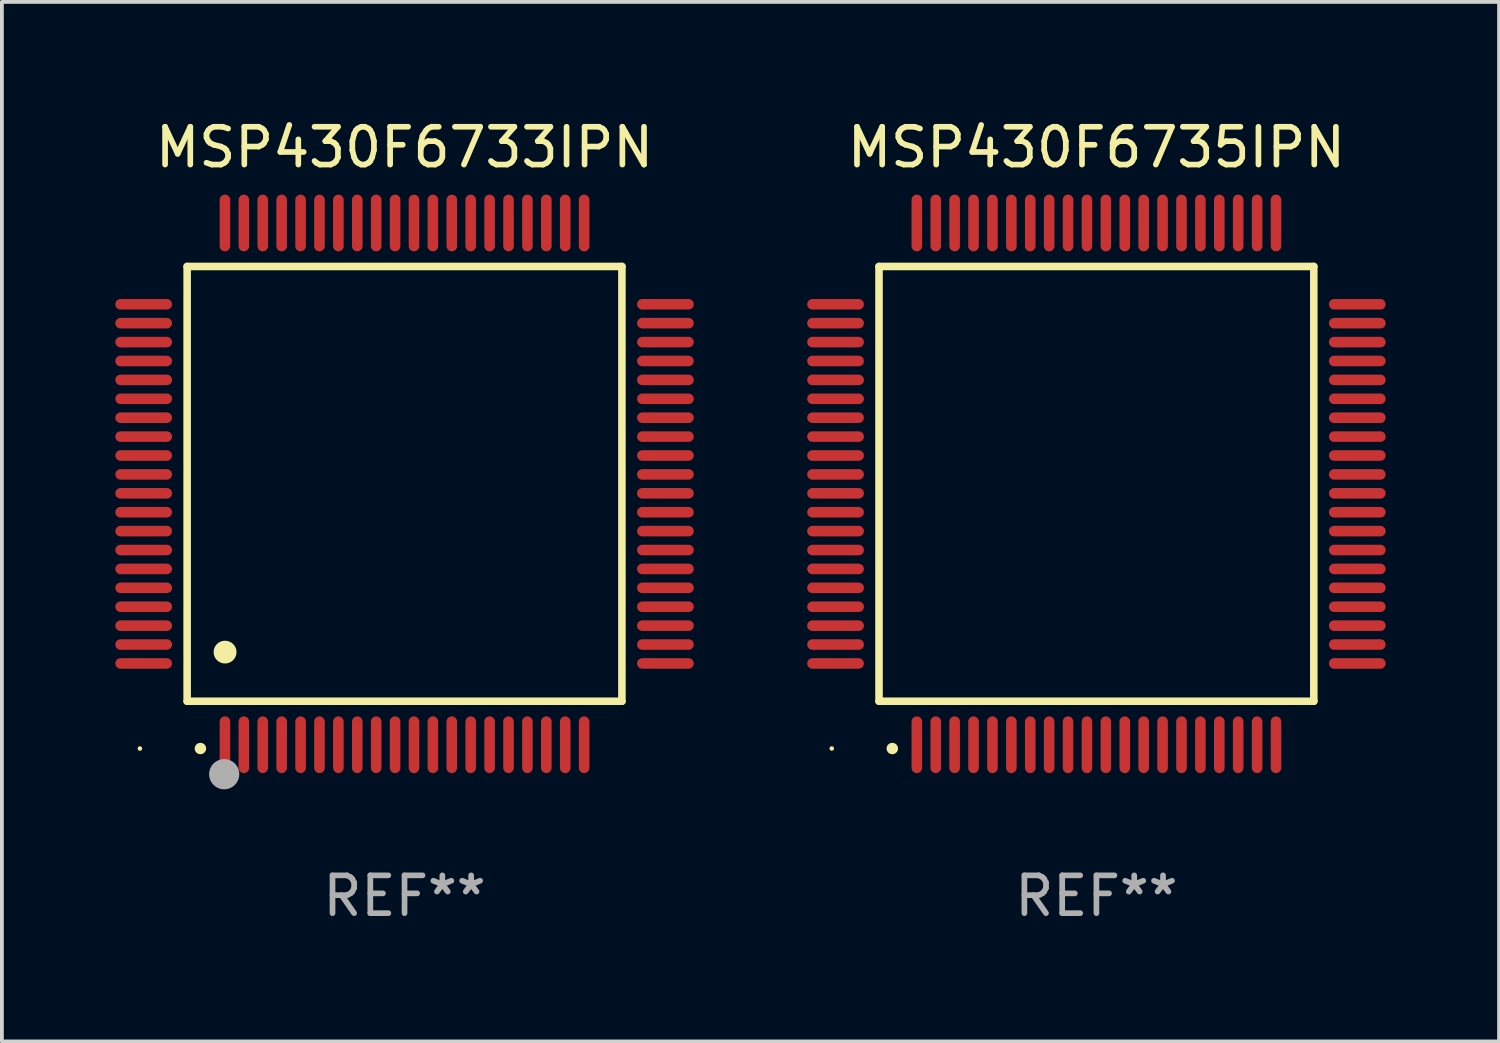
<source format=kicad_pcb>
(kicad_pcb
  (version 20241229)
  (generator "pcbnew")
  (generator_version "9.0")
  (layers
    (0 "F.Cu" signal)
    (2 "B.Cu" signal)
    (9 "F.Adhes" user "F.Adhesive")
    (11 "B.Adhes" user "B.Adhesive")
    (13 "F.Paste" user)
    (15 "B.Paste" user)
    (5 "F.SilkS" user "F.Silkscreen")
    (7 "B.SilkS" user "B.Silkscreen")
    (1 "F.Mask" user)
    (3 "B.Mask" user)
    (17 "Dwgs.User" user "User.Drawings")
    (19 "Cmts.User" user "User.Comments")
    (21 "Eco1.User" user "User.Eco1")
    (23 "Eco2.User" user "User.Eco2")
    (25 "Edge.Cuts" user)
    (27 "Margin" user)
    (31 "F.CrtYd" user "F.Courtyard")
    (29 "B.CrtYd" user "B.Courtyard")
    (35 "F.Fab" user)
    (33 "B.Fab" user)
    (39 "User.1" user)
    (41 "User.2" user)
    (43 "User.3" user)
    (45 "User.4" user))
  (footprint "MSP430F6735IPN"
    (layer "F.Cu")
    (at 25.95 9.748)
    (property "Reference" "MSP430F6735IPN" (at 0 -8.9 0) (layer "F.SilkS") (effects (font (size 1 1) (thickness 0.15))))
    (attr through_hole)
    (fp_line (start -5.75 -5.75) (end 5.75 -5.75) (stroke (width 0.2) (type solid)) (layer "F.SilkS"))
    (fp_line (start -5.75 5.75) (end -5.75 -5.75) (stroke (width 0.2) (type solid)) (layer "F.SilkS"))
    (fp_line (start 5.75 -5.75) (end 5.75 5.75) (stroke (width 0.2) (type solid)) (layer "F.SilkS"))
    (fp_line (start 5.75 5.75) (end -5.75 5.75) (stroke (width 0.2) (type solid)) (layer "F.SilkS"))
    (fp_arc (start -5.400051 7.000254) (mid -5.398781 7.000249) (end -5.397511 7.000254) (stroke (width 0.3) (type solid)) (layer "F.SilkS"))
    (fp_circle (center -7 7) (end -6.97 7) (stroke (width 0.06) (type solid)) (fill no) (layer "F.SilkS"))
    (fp_text user "REF**" (at 0 10.9 0) (layer "F.Fab") (effects (font (size 1 1) (thickness 0.15))))
    (pad "1" smd oval (at -4.75 6.9) (size 0.28 1.5) (layers "F.Cu" "F.Mask" "F.Paste"))
    (pad "2" smd oval (at -4.25 6.9) (size 0.28 1.5) (layers "F.Cu" "F.Mask" "F.Paste"))
    (pad "3" smd oval (at -3.75 6.9) (size 0.28 1.5) (layers "F.Cu" "F.Mask" "F.Paste"))
    (pad "4" smd oval (at -3.25 6.9) (size 0.28 1.5) (layers "F.Cu" "F.Mask" "F.Paste"))
    (pad "5" smd oval (at -2.75 6.9) (size 0.28 1.5) (layers "F.Cu" "F.Mask" "F.Paste"))
    (pad "6" smd oval (at -2.25 6.9) (size 0.28 1.5) (layers "F.Cu" "F.Mask" "F.Paste"))
    (pad "7" smd oval (at -1.75 6.9) (size 0.28 1.5) (layers "F.Cu" "F.Mask" "F.Paste"))
    (pad "8" smd oval (at -1.25 6.9) (size 0.28 1.5) (layers "F.Cu" "F.Mask" "F.Paste"))
    (pad "9" smd oval (at -0.75 6.9) (size 0.28 1.5) (layers "F.Cu" "F.Mask" "F.Paste"))
    (pad "10" smd oval (at -0.25 6.9) (size 0.28 1.5) (layers "F.Cu" "F.Mask" "F.Paste"))
    (pad "11" smd oval (at 0.25 6.9) (size 0.28 1.5) (layers "F.Cu" "F.Mask" "F.Paste"))
    (pad "12" smd oval (at 0.75 6.9) (size 0.28 1.5) (layers "F.Cu" "F.Mask" "F.Paste"))
    (pad "13" smd oval (at 1.25 6.9) (size 0.28 1.5) (layers "F.Cu" "F.Mask" "F.Paste"))
    (pad "14" smd oval (at 1.75 6.9) (size 0.28 1.5) (layers "F.Cu" "F.Mask" "F.Paste"))
    (pad "15" smd oval (at 2.25 6.9) (size 0.28 1.5) (layers "F.Cu" "F.Mask" "F.Paste"))
    (pad "16" smd oval (at 2.75 6.9) (size 0.28 1.5) (layers "F.Cu" "F.Mask" "F.Paste"))
    (pad "17" smd oval (at 3.25 6.9) (size 0.28 1.5) (layers "F.Cu" "F.Mask" "F.Paste"))
    (pad "18" smd oval (at 3.75 6.9) (size 0.28 1.5) (layers "F.Cu" "F.Mask" "F.Paste"))
    (pad "19" smd oval (at 4.25 6.9) (size 0.28 1.5) (layers "F.Cu" "F.Mask" "F.Paste"))
    (pad "20" smd oval (at 4.75 6.9) (size 0.28 1.5) (layers "F.Cu" "F.Mask" "F.Paste"))
    (pad "21" smd oval (at 6.9 4.75) (size 1.5 0.28) (layers "F.Cu" "F.Mask" "F.Paste"))
    (pad "22" smd oval (at 6.9 4.25) (size 1.5 0.28) (layers "F.Cu" "F.Mask" "F.Paste"))
    (pad "23" smd oval (at 6.9 3.75) (size 1.5 0.28) (layers "F.Cu" "F.Mask" "F.Paste"))
    (pad "24" smd oval (at 6.9 3.25) (size 1.5 0.28) (layers "F.Cu" "F.Mask" "F.Paste"))
    (pad "25" smd oval (at 6.9 2.75) (size 1.5 0.28) (layers "F.Cu" "F.Mask" "F.Paste"))
    (pad "26" smd oval (at 6.9 2.25) (size 1.5 0.28) (layers "F.Cu" "F.Mask" "F.Paste"))
    (pad "27" smd oval (at 6.9 1.75) (size 1.5 0.28) (layers "F.Cu" "F.Mask" "F.Paste"))
    (pad "28" smd oval (at 6.9 1.25) (size 1.5 0.28) (layers "F.Cu" "F.Mask" "F.Paste"))
    (pad "29" smd oval (at 6.9 0.75) (size 1.5 0.28) (layers "F.Cu" "F.Mask" "F.Paste"))
    (pad "30" smd oval (at 6.9 0.25) (size 1.5 0.28) (layers "F.Cu" "F.Mask" "F.Paste"))
    (pad "31" smd oval (at 6.9 -0.25) (size 1.5 0.28) (layers "F.Cu" "F.Mask" "F.Paste"))
    (pad "32" smd oval (at 6.9 -0.75) (size 1.5 0.28) (layers "F.Cu" "F.Mask" "F.Paste"))
    (pad "33" smd oval (at 6.9 -1.25) (size 1.5 0.28) (layers "F.Cu" "F.Mask" "F.Paste"))
    (pad "34" smd oval (at 6.9 -1.75) (size 1.5 0.28) (layers "F.Cu" "F.Mask" "F.Paste"))
    (pad "35" smd oval (at 6.9 -2.25) (size 1.5 0.28) (layers "F.Cu" "F.Mask" "F.Paste"))
    (pad "36" smd oval (at 6.9 -2.75) (size 1.5 0.28) (layers "F.Cu" "F.Mask" "F.Paste"))
    (pad "37" smd oval (at 6.9 -3.25) (size 1.5 0.28) (layers "F.Cu" "F.Mask" "F.Paste"))
    (pad "38" smd oval (at 6.9 -3.75) (size 1.5 0.28) (layers "F.Cu" "F.Mask" "F.Paste"))
    (pad "39" smd oval (at 6.9 -4.25) (size 1.5 0.28) (layers "F.Cu" "F.Mask" "F.Paste"))
    (pad "40" smd oval (at 6.9 -4.75) (size 1.5 0.28) (layers "F.Cu" "F.Mask" "F.Paste"))
    (pad "41" smd oval (at 4.75 -6.9) (size 0.28 1.5) (layers "F.Cu" "F.Mask" "F.Paste"))
    (pad "42" smd oval (at 4.25 -6.9) (size 0.28 1.5) (layers "F.Cu" "F.Mask" "F.Paste"))
    (pad "43" smd oval (at 3.75 -6.9) (size 0.28 1.5) (layers "F.Cu" "F.Mask" "F.Paste"))
    (pad "44" smd oval (at 3.25 -6.9) (size 0.28 1.5) (layers "F.Cu" "F.Mask" "F.Paste"))
    (pad "45" smd oval (at 2.75 -6.9) (size 0.28 1.5) (layers "F.Cu" "F.Mask" "F.Paste"))
    (pad "46" smd oval (at 2.25 -6.9) (size 0.28 1.5) (layers "F.Cu" "F.Mask" "F.Paste"))
    (pad "47" smd oval (at 1.75 -6.9) (size 0.28 1.5) (layers "F.Cu" "F.Mask" "F.Paste"))
    (pad "48" smd oval (at 1.25 -6.9) (size 0.28 1.5) (layers "F.Cu" "F.Mask" "F.Paste"))
    (pad "49" smd oval (at 0.75 -6.9) (size 0.28 1.5) (layers "F.Cu" "F.Mask" "F.Paste"))
    (pad "50" smd oval (at 0.25 -6.9) (size 0.28 1.5) (layers "F.Cu" "F.Mask" "F.Paste"))
    (pad "51" smd oval (at -0.25 -6.9) (size 0.28 1.5) (layers "F.Cu" "F.Mask" "F.Paste"))
    (pad "52" smd oval (at -0.75 -6.9) (size 0.28 1.5) (layers "F.Cu" "F.Mask" "F.Paste"))
    (pad "53" smd oval (at -1.25 -6.9) (size 0.28 1.5) (layers "F.Cu" "F.Mask" "F.Paste"))
    (pad "54" smd oval (at -1.75 -6.9) (size 0.28 1.5) (layers "F.Cu" "F.Mask" "F.Paste"))
    (pad "55" smd oval (at -2.25 -6.9) (size 0.28 1.5) (layers "F.Cu" "F.Mask" "F.Paste"))
    (pad "56" smd oval (at -2.75 -6.9) (size 0.28 1.5) (layers "F.Cu" "F.Mask" "F.Paste"))
    (pad "57" smd oval (at -3.25 -6.9) (size 0.28 1.5) (layers "F.Cu" "F.Mask" "F.Paste"))
    (pad "58" smd oval (at -3.75 -6.9) (size 0.28 1.5) (layers "F.Cu" "F.Mask" "F.Paste"))
    (pad "59" smd oval (at -4.25 -6.9) (size 0.28 1.5) (layers "F.Cu" "F.Mask" "F.Paste"))
    (pad "60" smd oval (at -4.75 -6.9) (size 0.28 1.5) (layers "F.Cu" "F.Mask" "F.Paste"))
    (pad "61" smd oval (at -6.9 -4.75) (size 1.5 0.28) (layers "F.Cu" "F.Mask" "F.Paste"))
    (pad "62" smd oval (at -6.9 -4.25) (size 1.5 0.28) (layers "F.Cu" "F.Mask" "F.Paste"))
    (pad "63" smd oval (at -6.9 -3.75) (size 1.5 0.28) (layers "F.Cu" "F.Mask" "F.Paste"))
    (pad "64" smd oval (at -6.9 -3.25) (size 1.5 0.28) (layers "F.Cu" "F.Mask" "F.Paste"))
    (pad "65" smd oval (at -6.9 -2.75) (size 1.5 0.28) (layers "F.Cu" "F.Mask" "F.Paste"))
    (pad "66" smd oval (at -6.9 -2.25) (size 1.5 0.28) (layers "F.Cu" "F.Mask" "F.Paste"))
    (pad "67" smd oval (at -6.9 -1.75) (size 1.5 0.28) (layers "F.Cu" "F.Mask" "F.Paste"))
    (pad "68" smd oval (at -6.9 -1.25) (size 1.5 0.28) (layers "F.Cu" "F.Mask" "F.Paste"))
    (pad "69" smd oval (at -6.9 -0.75) (size 1.5 0.28) (layers "F.Cu" "F.Mask" "F.Paste"))
    (pad "70" smd oval (at -6.9 -0.25) (size 1.5 0.28) (layers "F.Cu" "F.Mask" "F.Paste"))
    (pad "71" smd oval (at -6.9 0.25) (size 1.5 0.28) (layers "F.Cu" "F.Mask" "F.Paste"))
    (pad "72" smd oval (at -6.9 0.75) (size 1.5 0.28) (layers "F.Cu" "F.Mask" "F.Paste"))
    (pad "73" smd oval (at -6.9 1.25) (size 1.5 0.28) (layers "F.Cu" "F.Mask" "F.Paste"))
    (pad "74" smd oval (at -6.9 1.75) (size 1.5 0.28) (layers "F.Cu" "F.Mask" "F.Paste"))
    (pad "75" smd oval (at -6.9 2.25) (size 1.5 0.28) (layers "F.Cu" "F.Mask" "F.Paste"))
    (pad "76" smd oval (at -6.9 2.75) (size 1.5 0.28) (layers "F.Cu" "F.Mask" "F.Paste"))
    (pad "77" smd oval (at -6.9 3.25) (size 1.5 0.28) (layers "F.Cu" "F.Mask" "F.Paste"))
    (pad "78" smd oval (at -6.9 3.75) (size 1.5 0.28) (layers "F.Cu" "F.Mask" "F.Paste"))
    (pad "79" smd oval (at -6.9 4.25) (size 1.5 0.28) (layers "F.Cu" "F.Mask" "F.Paste"))
    (pad "80" smd oval (at -6.9 4.75) (size 1.5 0.28) (layers "F.Cu" "F.Mask" "F.Paste")))
  (footprint "MSP430F6733IPN"
    (layer "F.Cu")
    (at 7.65 9.748)
    (property "Reference" "MSP430F6733IPN" (at 0 -8.9 0) (layer "F.SilkS") (effects (font (size 1 1) (thickness 0.15))))
    (attr through_hole)
    (fp_line (start -5.75 -5.75) (end 5.75 -5.75) (stroke (width 0.2) (type solid)) (layer "F.SilkS"))
    (fp_line (start -5.75 5.75) (end -5.75 -5.75) (stroke (width 0.2) (type solid)) (layer "F.SilkS"))
    (fp_line (start 5.75 -5.75) (end 5.75 5.75) (stroke (width 0.2) (type solid)) (layer "F.SilkS"))
    (fp_line (start 5.75 5.75) (end -5.75 5.75) (stroke (width 0.2) (type solid)) (layer "F.SilkS"))
    (fp_arc (start -5.400051 7.000254) (mid -5.398781 7.000249) (end -5.397511 7.000254) (stroke (width 0.3) (type solid)) (layer "F.SilkS"))
    (fp_arc (start -4.749809 4.450089) (mid -4.747269 4.450078) (end -4.744729 4.450089) (stroke (width 0.6) (type solid)) (layer "F.SilkS"))
    (fp_circle (center -7 7) (end -6.97 7) (stroke (width 0.06) (type solid)) (fill no) (layer "F.SilkS"))
    (fp_circle (center -4.77 7.68) (end -4.57 7.68) (stroke (width 0.4) (type solid)) (fill no) (layer "F.Fab"))
    (fp_text user "REF**" (at 0 10.9 0) (layer "F.Fab") (effects (font (size 1 1) (thickness 0.15))))
    (pad "1" smd oval (at -4.75 6.9) (size 0.28 1.5) (layers "F.Cu" "F.Mask" "F.Paste"))
    (pad "2" smd oval (at -4.25 6.9) (size 0.28 1.5) (layers "F.Cu" "F.Mask" "F.Paste"))
    (pad "3" smd oval (at -3.75 6.9) (size 0.28 1.5) (layers "F.Cu" "F.Mask" "F.Paste"))
    (pad "4" smd oval (at -3.25 6.9) (size 0.28 1.5) (layers "F.Cu" "F.Mask" "F.Paste"))
    (pad "5" smd oval (at -2.75 6.9) (size 0.28 1.5) (layers "F.Cu" "F.Mask" "F.Paste"))
    (pad "6" smd oval (at -2.25 6.9) (size 0.28 1.5) (layers "F.Cu" "F.Mask" "F.Paste"))
    (pad "7" smd oval (at -1.75 6.9) (size 0.28 1.5) (layers "F.Cu" "F.Mask" "F.Paste"))
    (pad "8" smd oval (at -1.25 6.9) (size 0.28 1.5) (layers "F.Cu" "F.Mask" "F.Paste"))
    (pad "9" smd oval (at -0.75 6.9) (size 0.28 1.5) (layers "F.Cu" "F.Mask" "F.Paste"))
    (pad "10" smd oval (at -0.25 6.9) (size 0.28 1.5) (layers "F.Cu" "F.Mask" "F.Paste"))
    (pad "11" smd oval (at 0.25 6.9) (size 0.28 1.5) (layers "F.Cu" "F.Mask" "F.Paste"))
    (pad "12" smd oval (at 0.75 6.9) (size 0.28 1.5) (layers "F.Cu" "F.Mask" "F.Paste"))
    (pad "13" smd oval (at 1.25 6.9) (size 0.28 1.5) (layers "F.Cu" "F.Mask" "F.Paste"))
    (pad "14" smd oval (at 1.75 6.9) (size 0.28 1.5) (layers "F.Cu" "F.Mask" "F.Paste"))
    (pad "15" smd oval (at 2.25 6.9) (size 0.28 1.5) (layers "F.Cu" "F.Mask" "F.Paste"))
    (pad "16" smd oval (at 2.75 6.9) (size 0.28 1.5) (layers "F.Cu" "F.Mask" "F.Paste"))
    (pad "17" smd oval (at 3.25 6.9) (size 0.28 1.5) (layers "F.Cu" "F.Mask" "F.Paste"))
    (pad "18" smd oval (at 3.75 6.9) (size 0.28 1.5) (layers "F.Cu" "F.Mask" "F.Paste"))
    (pad "19" smd oval (at 4.25 6.9) (size 0.28 1.5) (layers "F.Cu" "F.Mask" "F.Paste"))
    (pad "20" smd oval (at 4.75 6.9) (size 0.28 1.5) (layers "F.Cu" "F.Mask" "F.Paste"))
    (pad "21" smd oval (at 6.9 4.75) (size 1.5 0.28) (layers "F.Cu" "F.Mask" "F.Paste"))
    (pad "22" smd oval (at 6.9 4.25) (size 1.5 0.28) (layers "F.Cu" "F.Mask" "F.Paste"))
    (pad "23" smd oval (at 6.9 3.75) (size 1.5 0.28) (layers "F.Cu" "F.Mask" "F.Paste"))
    (pad "24" smd oval (at 6.9 3.25) (size 1.5 0.28) (layers "F.Cu" "F.Mask" "F.Paste"))
    (pad "25" smd oval (at 6.9 2.75) (size 1.5 0.28) (layers "F.Cu" "F.Mask" "F.Paste"))
    (pad "26" smd oval (at 6.9 2.25) (size 1.5 0.28) (layers "F.Cu" "F.Mask" "F.Paste"))
    (pad "27" smd oval (at 6.9 1.75) (size 1.5 0.28) (layers "F.Cu" "F.Mask" "F.Paste"))
    (pad "28" smd oval (at 6.9 1.25) (size 1.5 0.28) (layers "F.Cu" "F.Mask" "F.Paste"))
    (pad "29" smd oval (at 6.9 0.75) (size 1.5 0.28) (layers "F.Cu" "F.Mask" "F.Paste"))
    (pad "30" smd oval (at 6.9 0.25) (size 1.5 0.28) (layers "F.Cu" "F.Mask" "F.Paste"))
    (pad "31" smd oval (at 6.9 -0.25) (size 1.5 0.28) (layers "F.Cu" "F.Mask" "F.Paste"))
    (pad "32" smd oval (at 6.9 -0.75) (size 1.5 0.28) (layers "F.Cu" "F.Mask" "F.Paste"))
    (pad "33" smd oval (at 6.9 -1.25) (size 1.5 0.28) (layers "F.Cu" "F.Mask" "F.Paste"))
    (pad "34" smd oval (at 6.9 -1.75) (size 1.5 0.28) (layers "F.Cu" "F.Mask" "F.Paste"))
    (pad "35" smd oval (at 6.9 -2.25) (size 1.5 0.28) (layers "F.Cu" "F.Mask" "F.Paste"))
    (pad "36" smd oval (at 6.9 -2.75) (size 1.5 0.28) (layers "F.Cu" "F.Mask" "F.Paste"))
    (pad "37" smd oval (at 6.9 -3.25) (size 1.5 0.28) (layers "F.Cu" "F.Mask" "F.Paste"))
    (pad "38" smd oval (at 6.9 -3.75) (size 1.5 0.28) (layers "F.Cu" "F.Mask" "F.Paste"))
    (pad "39" smd oval (at 6.9 -4.25) (size 1.5 0.28) (layers "F.Cu" "F.Mask" "F.Paste"))
    (pad "40" smd oval (at 6.9 -4.75) (size 1.5 0.28) (layers "F.Cu" "F.Mask" "F.Paste"))
    (pad "41" smd oval (at 4.75 -6.9) (size 0.28 1.5) (layers "F.Cu" "F.Mask" "F.Paste"))
    (pad "42" smd oval (at 4.25 -6.9) (size 0.28 1.5) (layers "F.Cu" "F.Mask" "F.Paste"))
    (pad "43" smd oval (at 3.75 -6.9) (size 0.28 1.5) (layers "F.Cu" "F.Mask" "F.Paste"))
    (pad "44" smd oval (at 3.25 -6.9) (size 0.28 1.5) (layers "F.Cu" "F.Mask" "F.Paste"))
    (pad "45" smd oval (at 2.75 -6.9) (size 0.28 1.5) (layers "F.Cu" "F.Mask" "F.Paste"))
    (pad "46" smd oval (at 2.25 -6.9) (size 0.28 1.5) (layers "F.Cu" "F.Mask" "F.Paste"))
    (pad "47" smd oval (at 1.75 -6.9) (size 0.28 1.5) (layers "F.Cu" "F.Mask" "F.Paste"))
    (pad "48" smd oval (at 1.25 -6.9) (size 0.28 1.5) (layers "F.Cu" "F.Mask" "F.Paste"))
    (pad "49" smd oval (at 0.75 -6.9) (size 0.28 1.5) (layers "F.Cu" "F.Mask" "F.Paste"))
    (pad "50" smd oval (at 0.25 -6.9) (size 0.28 1.5) (layers "F.Cu" "F.Mask" "F.Paste"))
    (pad "51" smd oval (at -0.25 -6.9) (size 0.28 1.5) (layers "F.Cu" "F.Mask" "F.Paste"))
    (pad "52" smd oval (at -0.75 -6.9) (size 0.28 1.5) (layers "F.Cu" "F.Mask" "F.Paste"))
    (pad "53" smd oval (at -1.25 -6.9) (size 0.28 1.5) (layers "F.Cu" "F.Mask" "F.Paste"))
    (pad "54" smd oval (at -1.75 -6.9) (size 0.28 1.5) (layers "F.Cu" "F.Mask" "F.Paste"))
    (pad "55" smd oval (at -2.25 -6.9) (size 0.28 1.5) (layers "F.Cu" "F.Mask" "F.Paste"))
    (pad "56" smd oval (at -2.75 -6.9) (size 0.28 1.5) (layers "F.Cu" "F.Mask" "F.Paste"))
    (pad "57" smd oval (at -3.25 -6.9) (size 0.28 1.5) (layers "F.Cu" "F.Mask" "F.Paste"))
    (pad "58" smd oval (at -3.75 -6.9) (size 0.28 1.5) (layers "F.Cu" "F.Mask" "F.Paste"))
    (pad "59" smd oval (at -4.25 -6.9) (size 0.28 1.5) (layers "F.Cu" "F.Mask" "F.Paste"))
    (pad "60" smd oval (at -4.75 -6.9) (size 0.28 1.5) (layers "F.Cu" "F.Mask" "F.Paste"))
    (pad "61" smd oval (at -6.9 -4.75) (size 1.5 0.28) (layers "F.Cu" "F.Mask" "F.Paste"))
    (pad "62" smd oval (at -6.9 -4.25) (size 1.5 0.28) (layers "F.Cu" "F.Mask" "F.Paste"))
    (pad "63" smd oval (at -6.9 -3.75) (size 1.5 0.28) (layers "F.Cu" "F.Mask" "F.Paste"))
    (pad "64" smd oval (at -6.9 -3.25) (size 1.5 0.28) (layers "F.Cu" "F.Mask" "F.Paste"))
    (pad "65" smd oval (at -6.9 -2.75) (size 1.5 0.28) (layers "F.Cu" "F.Mask" "F.Paste"))
    (pad "66" smd oval (at -6.9 -2.25) (size 1.5 0.28) (layers "F.Cu" "F.Mask" "F.Paste"))
    (pad "67" smd oval (at -6.9 -1.75) (size 1.5 0.28) (layers "F.Cu" "F.Mask" "F.Paste"))
    (pad "68" smd oval (at -6.9 -1.25) (size 1.5 0.28) (layers "F.Cu" "F.Mask" "F.Paste"))
    (pad "69" smd oval (at -6.9 -0.75) (size 1.5 0.28) (layers "F.Cu" "F.Mask" "F.Paste"))
    (pad "70" smd oval (at -6.9 -0.25) (size 1.5 0.28) (layers "F.Cu" "F.Mask" "F.Paste"))
    (pad "71" smd oval (at -6.9 0.25) (size 1.5 0.28) (layers "F.Cu" "F.Mask" "F.Paste"))
    (pad "72" smd oval (at -6.9 0.75) (size 1.5 0.28) (layers "F.Cu" "F.Mask" "F.Paste"))
    (pad "73" smd oval (at -6.9 1.25) (size 1.5 0.28) (layers "F.Cu" "F.Mask" "F.Paste"))
    (pad "74" smd oval (at -6.9 1.75) (size 1.5 0.28) (layers "F.Cu" "F.Mask" "F.Paste"))
    (pad "75" smd oval (at -6.9 2.25) (size 1.5 0.28) (layers "F.Cu" "F.Mask" "F.Paste"))
    (pad "76" smd oval (at -6.9 2.75) (size 1.5 0.28) (layers "F.Cu" "F.Mask" "F.Paste"))
    (pad "77" smd oval (at -6.9 3.25) (size 1.5 0.28) (layers "F.Cu" "F.Mask" "F.Paste"))
    (pad "78" smd oval (at -6.9 3.75) (size 1.5 0.28) (layers "F.Cu" "F.Mask" "F.Paste"))
    (pad "79" smd oval (at -6.9 4.25) (size 1.5 0.28) (layers "F.Cu" "F.Mask" "F.Paste"))
    (pad "80" smd oval (at -6.9 4.75) (size 1.5 0.28) (layers "F.Cu" "F.Mask" "F.Paste")))
  (gr_rect
    (start -3 -3)
    (end 36.6 24.496)
    (stroke (width 0.1) (type default))
    (fill no)
    (layer "Edge.Cuts")))
</source>
